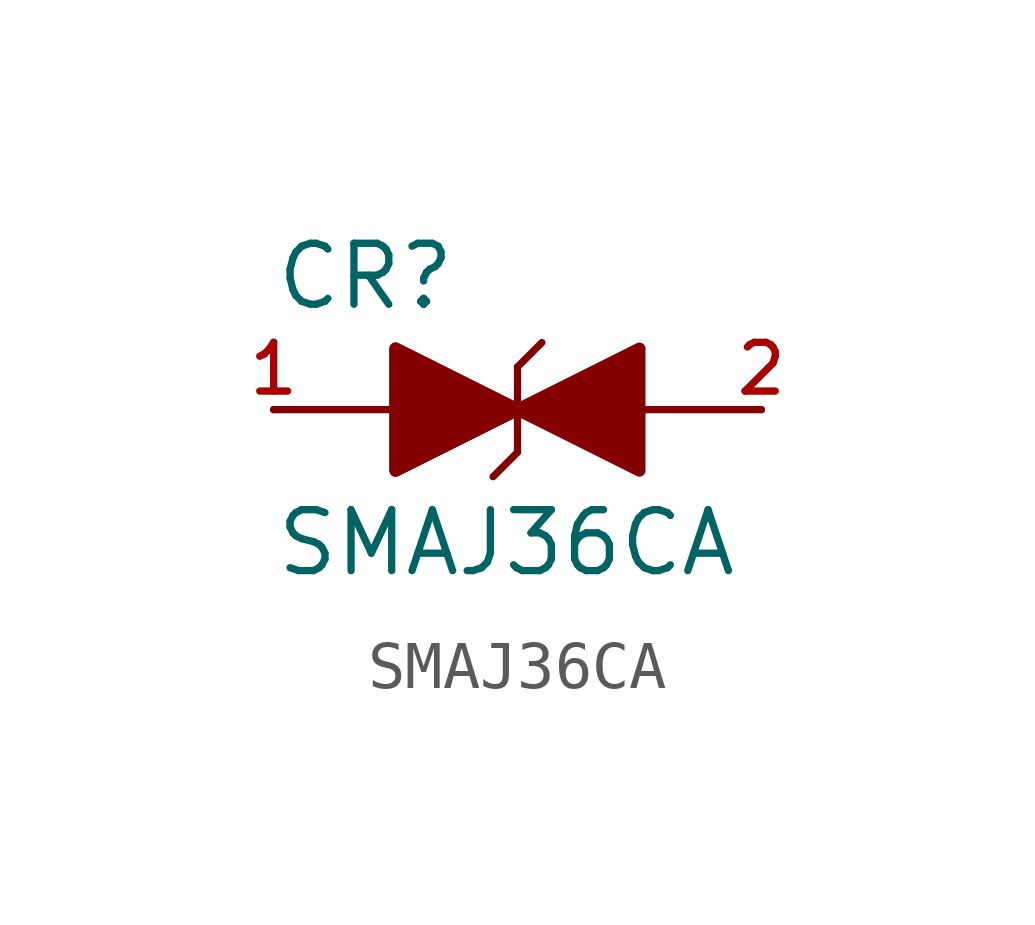
<source format=kicad_sym>
(kicad_symbol_lib
  (version 20211014)
  (generator kicad_symbol_editor)
  (symbol "SMAJ36CA"
    (pin_names
      (offset 1.016))
    (property "Reference" "CR"
      (at -5.08 2.032 0)
      (effects (font (size 1.27 1.27)) (justify bottom left)))
    (property "Value" "SMAJ36CA"
      (at -5.08 -2.032 0)
      (effects (font (size 1.27 1.27)) (justify top left)))
    (symbol "SMAJ36CA_0_0"
      (polyline (pts (xy 0.0 0.889) (xy 0.0 0.0)) (stroke (width 0.152)))
      (polyline (pts (xy 0.0 0.0) (xy 0.0 -0.889)) (stroke (width 0.152)))
      (polyline (pts (xy 0.0 0.889) (xy 0.508 1.397)) (stroke (width 0.152)))
      (polyline (pts (xy 0.0 -0.889) (xy -0.508 -1.397)) (stroke (width 0.152)))
      (polyline (pts (xy -5.08 0.0) (xy -2.54 0.0)) (stroke (width 0.152)))
      (polyline (pts (xy 5.08 0.0) (xy 0.0 0.0)) (stroke (width 0.152)))
      (polyline (pts (xy -2.54 1.27) (xy 0.0 0.0) (xy -2.54 -1.27) (xy -2.54 1.27)) (stroke (width 0.254)) (fill (type outline)))
      (polyline (pts (xy -2.54 1.27) (xy 0.0 0.0) (xy -2.54 -1.27) (xy -2.54 1.27)) (stroke (width 0.254)) (fill (type outline)))
      (polyline (pts (xy -2.54 1.27) (xy 0.0 0.0) (xy -2.54 -1.27) (xy -2.54 1.27)) (stroke (width 0.254)) (fill (type outline)))
      (polyline (pts (xy 2.54 -1.27) (xy 0.0 0.0) (xy 2.54 1.27) (xy 2.54 -1.27)) (stroke (width 0.254)) (fill (type outline)))
      (pin passive line (at -5.08 0.0 0) (length 0) (name "~" (effects (font (size 1.016 1.016)))) (number "1" (effects (font (size 1.016 1.016)))))
      (pin passive line (at 5.08 0.0 180.0) (length 0) (name "~" (effects (font (size 1.016 1.016)))) (number "2" (effects (font (size 1.016 1.016))))))))
</source>
